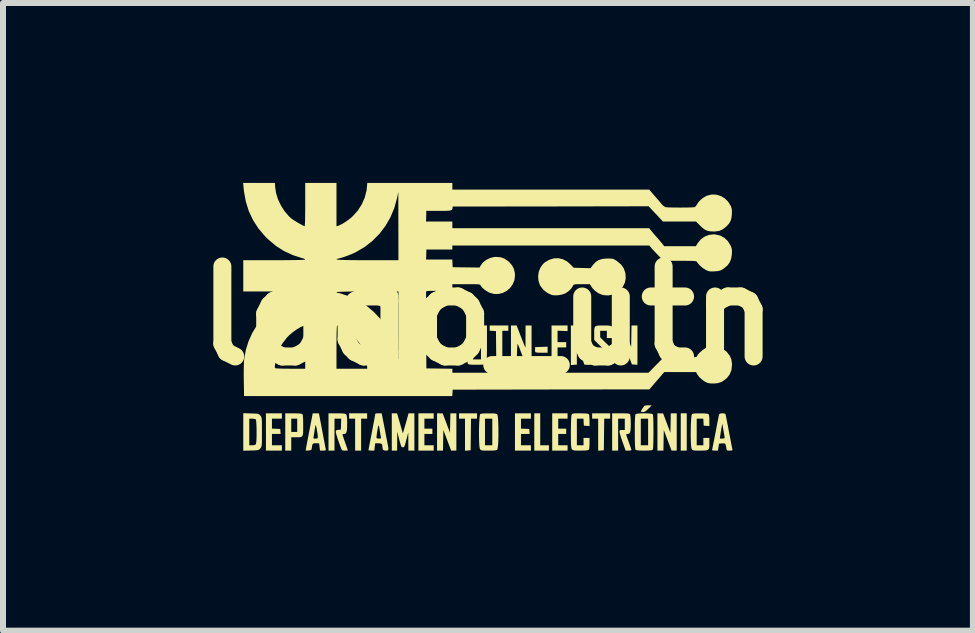
<source format=kicad_pcb>
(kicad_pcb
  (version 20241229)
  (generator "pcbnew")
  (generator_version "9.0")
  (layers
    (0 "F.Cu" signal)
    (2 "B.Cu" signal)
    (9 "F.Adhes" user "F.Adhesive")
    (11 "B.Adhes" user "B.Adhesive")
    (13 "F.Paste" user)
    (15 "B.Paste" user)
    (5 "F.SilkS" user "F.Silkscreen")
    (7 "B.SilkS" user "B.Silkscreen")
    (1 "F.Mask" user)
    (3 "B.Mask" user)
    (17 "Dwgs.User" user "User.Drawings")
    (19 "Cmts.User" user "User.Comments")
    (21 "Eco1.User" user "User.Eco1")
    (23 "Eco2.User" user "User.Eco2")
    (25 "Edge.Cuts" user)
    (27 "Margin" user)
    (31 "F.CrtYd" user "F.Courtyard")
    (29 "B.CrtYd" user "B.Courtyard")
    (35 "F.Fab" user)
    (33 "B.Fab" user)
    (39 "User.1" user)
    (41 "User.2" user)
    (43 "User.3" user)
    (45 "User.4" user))
  (footprint "logo_utn"
    (layer "F.Cu")
    (at 5.086 2.215)
    (property "Reference" "logo_utn" (at 0 0 0) (layer "F.SilkS") (effects (font (size 1.5 1.5) (thickness 0.3))))
    (attr board_only exclude_from_pos_files exclude_from_bom)
    (fp_poly (pts (xy 3.314 1.937) (xy 3.314 2.248) (xy 3.264 2.248) (xy 3.214 2.248) (xy 3.214 1.937) (xy 3.214 1.626) (xy 3.264 1.626) (xy 3.314 1.626)) (stroke (width 0) (type solid)) (fill yes) (layer "F.SilkS"))
    (fp_poly (pts (xy 0.871 1.893) (xy 0.871 2.159) (xy 0.944 2.159) (xy 1.016 2.159) (xy 1.016 2.204) (xy 1.016 2.248) (xy 0.894 2.248) (xy 0.772 2.248) (xy 0.772 1.937) (xy 0.772 1.626) (xy 0.822 1.626) (xy 0.871 1.626)) (stroke (width 0) (type solid)) (fill yes) (layer "F.SilkS"))
    (fp_poly (pts (xy 0.994 0.566) (xy 0.994 0.616) (xy 0.893 0.616) (xy 0.842 0.615) (xy 0.81 0.612) (xy 0.792 0.606) (xy 0.787 0.6) (xy 0.784 0.578) (xy 0.785 0.553) (xy 0.788 0.522) (xy 0.891 0.519) (xy 0.994 0.515)) (stroke (width 0) (type solid)) (fill yes) (layer "F.SilkS"))
    (fp_poly (pts (xy -2.015 1.671) (xy -2.015 1.715) (xy -2.065 1.715) (xy -2.115 1.715) (xy -2.115 1.982) (xy -2.115 2.248) (xy -2.165 2.248) (xy -2.215 2.248) (xy -2.215 1.982) (xy -2.215 1.715) (xy -2.265 1.715) (xy -2.315 1.715) (xy -2.315 1.671) (xy -2.315 1.626) (xy -2.165 1.626) (xy -2.015 1.626)) (stroke (width 0) (type solid)) (fill yes) (layer "F.SilkS"))
    (fp_poly (pts (xy -0.183 1.671) (xy -0.183 1.715) (xy -0.233 1.715) (xy -0.283 1.715) (xy -0.286 1.979) (xy -0.289 2.242) (xy -0.336 2.246) (xy -0.383 2.249) (xy -0.383 1.982) (xy -0.383 1.715) (xy -0.433 1.715) (xy -0.483 1.715) (xy -0.483 1.671) (xy -0.483 1.626) (xy -0.333 1.626) (xy -0.183 1.626)) (stroke (width 0) (type solid)) (fill yes) (layer "F.SilkS"))
    (fp_poly (pts (xy 0.339 0.205) (xy 0.339 0.25) (xy 0.289 0.25) (xy 0.239 0.25) (xy 0.239 0.532) (xy 0.239 0.814) (xy 0.189 0.818) (xy 0.139 0.822) (xy 0.136 0.538) (xy 0.133 0.255) (xy 0.08 0.252) (xy 0.028 0.249) (xy 0.028 0.205) (xy 0.028 0.161) (xy 0.183 0.161) (xy 0.339 0.161)) (stroke (width 0) (type solid)) (fill yes) (layer "F.SilkS"))
    (fp_poly (pts (xy 2.037 1.671) (xy 2.037 1.715) (xy 1.987 1.715) (xy 1.938 1.715) (xy 1.935 1.979) (xy 1.932 2.242) (xy 1.884 2.246) (xy 1.837 2.249) (xy 1.837 1.982) (xy 1.837 1.715) (xy 1.787 1.715) (xy 1.737 1.715) (xy 1.737 1.671) (xy 1.737 1.626) (xy 1.887 1.626) (xy 2.037 1.626)) (stroke (width 0) (type solid)) (fill yes) (layer "F.SilkS"))
    (fp_poly (pts (xy 2.675 1.549) (xy 2.642 1.58) (xy 2.617 1.597) (xy 2.593 1.604) (xy 2.584 1.604) (xy 2.56 1.602) (xy 2.548 1.598) (xy 2.548 1.597) (xy 2.553 1.584) (xy 2.567 1.56) (xy 2.578 1.542) (xy 2.597 1.514) (xy 2.613 1.499) (xy 2.635 1.494) (xy 2.669 1.493) (xy 2.73 1.493)) (stroke (width 0) (type solid)) (fill yes) (layer "F.SilkS"))
    (fp_poly (pts (xy -0.527 1.937) (xy -0.527 2.248) (xy -0.57 2.248) (xy -0.614 2.248) (xy -0.679 2.076) (xy -0.744 1.904) (xy -0.747 2.076) (xy -0.75 2.248) (xy -0.8 2.248) (xy -0.849 2.248) (xy -0.849 1.937) (xy -0.849 1.626) (xy -0.802 1.627) (xy -0.755 1.627) (xy -0.694 1.789) (xy -0.633 1.951) (xy -0.63 1.789) (xy -0.627 1.626) (xy -0.577 1.626) (xy -0.527 1.626)) (stroke (width 0) (type solid)) (fill yes) (layer "F.SilkS"))
    (fp_poly (pts (xy 1.327 0.208) (xy 1.327 0.255) (xy 1.243 0.252) (xy 1.16 0.248) (xy 1.16 0.343) (xy 1.16 0.439) (xy 1.232 0.439) (xy 1.304 0.439) (xy 1.304 0.483) (xy 1.304 0.527) (xy 1.232 0.527) (xy 1.16 0.527) (xy 1.16 0.671) (xy 1.16 0.814) (xy 1.11 0.818) (xy 1.06 0.822) (xy 1.06 0.491) (xy 1.06 0.161) (xy 1.193 0.161) (xy 1.327 0.161)) (stroke (width 0) (type solid)) (fill yes) (layer "F.SilkS"))
    (fp_poly (pts (xy 2.206 0.163) (xy 2.252 0.167) (xy 2.319 0.343) (xy 2.387 0.519) (xy 2.39 0.34) (xy 2.393 0.161) (xy 2.443 0.161) (xy 2.492 0.161) (xy 2.492 0.489) (xy 2.492 0.817) (xy 2.446 0.814) (xy 2.4 0.81) (xy 2.33 0.627) (xy 2.26 0.444) (xy 2.26 0.63) (xy 2.259 0.816) (xy 2.209 0.816) (xy 2.159 0.816) (xy 2.159 0.488) (xy 2.159 0.16)) (stroke (width 0) (type solid)) (fill yes) (layer "F.SilkS"))
    (fp_poly (pts (xy 3.147 1.937) (xy 3.147 2.248) (xy 3.104 2.248) (xy 3.061 2.248) (xy 2.996 2.076) (xy 2.931 1.904) (xy 2.928 2.076) (xy 2.925 2.248) (xy 2.875 2.248) (xy 2.825 2.248) (xy 2.825 1.937) (xy 2.825 1.626) (xy 2.872 1.627) (xy 2.92 1.627) (xy 2.981 1.789) (xy 3.042 1.951) (xy 3.045 1.789) (xy 3.048 1.626) (xy 3.098 1.626) (xy 3.147 1.626)) (stroke (width 0) (type solid)) (fill yes) (layer "F.SilkS"))
    (fp_poly (pts (xy -3.436 1.671) (xy -3.436 1.715) (xy -3.519 1.715) (xy -3.602 1.715) (xy -3.602 1.798) (xy -3.602 1.881) (xy -3.533 1.884) (xy -3.464 1.887) (xy -3.46 1.929) (xy -3.457 1.97) (xy -3.53 1.97) (xy -3.602 1.97) (xy -3.602 2.065) (xy -3.602 2.159) (xy -3.519 2.159) (xy -3.436 2.159) (xy -3.436 2.204) (xy -3.436 2.248) (xy -3.569 2.248) (xy -3.702 2.248) (xy -3.702 1.937) (xy -3.702 1.626) (xy -3.569 1.626) (xy -3.436 1.626)) (stroke (width 0) (type solid)) (fill yes) (layer "F.SilkS"))
    (fp_poly (pts (xy -0.905 1.671) (xy -0.905 1.715) (xy -0.982 1.715) (xy -1.06 1.715) (xy -1.06 1.798) (xy -1.06 1.882) (xy -0.994 1.882) (xy -0.927 1.882) (xy -0.927 1.926) (xy -0.927 1.97) (xy -0.994 1.97) (xy -1.06 1.97) (xy -1.06 2.065) (xy -1.06 2.159) (xy -0.982 2.159) (xy -0.905 2.159) (xy -0.905 2.204) (xy -0.905 2.248) (xy -1.032 2.248) (xy -1.16 2.248) (xy -1.16 1.937) (xy -1.16 1.626) (xy -1.032 1.626) (xy -0.905 1.626)) (stroke (width 0) (type solid)) (fill yes) (layer "F.SilkS"))
    (fp_poly (pts (xy 0.716 1.671) (xy 0.716 1.715) (xy 0.633 1.715) (xy 0.55 1.715) (xy 0.55 1.798) (xy 0.55 1.881) (xy 0.619 1.884) (xy 0.688 1.887) (xy 0.692 1.929) (xy 0.695 1.97) (xy 0.622 1.97) (xy 0.55 1.97) (xy 0.55 2.065) (xy 0.55 2.159) (xy 0.633 2.159) (xy 0.716 2.159) (xy 0.716 2.204) (xy 0.716 2.248) (xy 0.583 2.248) (xy 0.45 2.248) (xy 0.45 1.937) (xy 0.45 1.626) (xy 0.583 1.626) (xy 0.716 1.626)) (stroke (width 0) (type solid)) (fill yes) (layer "F.SilkS"))
    (fp_poly (pts (xy 1.327 1.671) (xy 1.327 1.715) (xy 1.249 1.715) (xy 1.171 1.715) (xy 1.171 1.798) (xy 1.171 1.882) (xy 1.238 1.882) (xy 1.304 1.882) (xy 1.304 1.926) (xy 1.304 1.97) (xy 1.238 1.97) (xy 1.171 1.97) (xy 1.171 2.065) (xy 1.171 2.159) (xy 1.249 2.159) (xy 1.327 2.159) (xy 1.327 2.204) (xy 1.327 2.248) (xy 1.199 2.248) (xy 1.071 2.248) (xy 1.071 1.937) (xy 1.071 1.626) (xy 1.199 1.626) (xy 1.327 1.626)) (stroke (width 0) (type solid)) (fill yes) (layer "F.SilkS"))
    (fp_poly (pts (xy -3.174 1.628) (xy -3.125 1.631) (xy -3.098 1.637) (xy -3.094 1.64) (xy -3.088 1.655) (xy -3.084 1.689) (xy -3.082 1.742) (xy -3.081 1.815) (xy -3.081 1.828) (xy -3.081 1.899) (xy -3.082 1.95) (xy -3.087 1.985) (xy -3.097 2.008) (xy -3.114 2.02) (xy -3.14 2.025) (xy -3.176 2.026) (xy -3.202 2.026) (xy -3.28 2.026) (xy -3.28 2.137) (xy -3.28 2.248) (xy -3.33 2.248) (xy -3.38 2.248) (xy -3.38 1.937) (xy -3.38 1.826) (xy -3.28 1.826) (xy -3.28 1.937) (xy -3.231 1.937) (xy -3.181 1.937) (xy -3.181 1.826) (xy -3.181 1.715) (xy -3.231 1.715) (xy -3.28 1.715) (xy -3.28 1.826) (xy -3.38 1.826) (xy -3.38 1.626) (xy -3.244 1.626)) (stroke (width 0) (type solid)) (fill yes) (layer "F.SilkS"))
    (fp_poly (pts (xy -0.25 0.444) (xy -0.25 0.727) (xy -0.183 0.727) (xy -0.117 0.727) (xy -0.117 0.444) (xy -0.117 0.161) (xy -0.067 0.161) (xy -0.017 0.161) (xy -0.017 0.467) (xy -0.017 0.564) (xy -0.018 0.646) (xy -0.02 0.712) (xy -0.023 0.76) (xy -0.026 0.788) (xy -0.028 0.794) (xy -0.035 0.803) (xy -0.046 0.809) (xy -0.065 0.813) (xy -0.097 0.815) (xy -0.144 0.816) (xy -0.183 0.816) (xy -0.243 0.816) (xy -0.283 0.815) (xy -0.31 0.812) (xy -0.326 0.807) (xy -0.335 0.8) (xy -0.338 0.794) (xy -0.342 0.776) (xy -0.345 0.738) (xy -0.347 0.68) (xy -0.349 0.606) (xy -0.35 0.515) (xy -0.35 0.467) (xy -0.35 0.161) (xy -0.3 0.161) (xy -0.25 0.161)) (stroke (width 0) (type solid)) (fill yes) (layer "F.SilkS"))
    (fp_poly (pts (xy 0.727 0.488) (xy 0.727 0.816) (xy 0.679 0.816) (xy 0.631 0.816) (xy 0.566 0.647) (xy 0.544 0.589) (xy 0.525 0.538) (xy 0.509 0.498) (xy 0.498 0.473) (xy 0.495 0.466) (xy 0.493 0.473) (xy 0.49 0.498) (xy 0.487 0.539) (xy 0.485 0.592) (xy 0.483 0.638) (xy 0.477 0.822) (xy 0.43 0.818) (xy 0.383 0.815) (xy 0.383 0.488) (xy 0.383 0.161) (xy 0.43 0.161) (xy 0.477 0.161) (xy 0.548 0.344) (xy 0.577 0.417) (xy 0.598 0.47) (xy 0.613 0.505) (xy 0.622 0.523) (xy 0.627 0.526) (xy 0.627 0.515) (xy 0.626 0.513) (xy 0.626 0.498) (xy 0.626 0.464) (xy 0.625 0.417) (xy 0.626 0.361) (xy 0.626 0.33) (xy 0.627 0.161) (xy 0.677 0.161) (xy 0.727 0.161)) (stroke (width 0) (type solid)) (fill yes) (layer "F.SilkS"))
    (fp_poly (pts (xy -1.494 1.701) (xy -1.48 1.75) (xy -1.463 1.808) (xy -1.447 1.864) (xy -1.446 1.868) (xy -1.42 1.961) (xy -1.402 1.902) (xy -1.391 1.864) (xy -1.376 1.814) (xy -1.361 1.759) (xy -1.354 1.735) (xy -1.324 1.626) (xy -1.275 1.626) (xy -1.227 1.626) (xy -1.227 1.937) (xy -1.227 2.248) (xy -1.277 2.248) (xy -1.327 2.248) (xy -1.328 2.095) (xy -1.329 1.943) (xy -1.35 2.026) (xy -1.363 2.073) (xy -1.374 2.117) (xy -1.383 2.15) (xy -1.383 2.151) (xy -1.394 2.179) (xy -1.408 2.191) (xy -1.42 2.193) (xy -1.432 2.191) (xy -1.441 2.184) (xy -1.449 2.167) (xy -1.459 2.138) (xy -1.472 2.093) (xy -1.48 2.062) (xy -1.513 1.932) (xy -1.514 2.09) (xy -1.515 2.248) (xy -1.56 2.248) (xy -1.604 2.248) (xy -1.604 1.937) (xy -1.604 1.626) (xy -1.56 1.626) (xy -1.516 1.626)) (stroke (width 0) (type solid)) (fill yes) (layer "F.SilkS"))
    (fp_poly (pts (xy 2.656 1.627) (xy 2.699 1.63) (xy 2.731 1.634) (xy 2.745 1.64) (xy 2.75 1.651) (xy 2.753 1.677) (xy 2.756 1.72) (xy 2.758 1.779) (xy 2.758 1.858) (xy 2.759 1.937) (xy 2.758 2.033) (xy 2.757 2.108) (xy 2.755 2.164) (xy 2.753 2.203) (xy 2.749 2.226) (xy 2.745 2.235) (xy 2.726 2.242) (xy 2.685 2.246) (xy 2.623 2.248) (xy 2.603 2.248) (xy 2.535 2.247) (xy 2.489 2.243) (xy 2.464 2.237) (xy 2.461 2.235) (xy 2.457 2.223) (xy 2.453 2.197) (xy 2.451 2.155) (xy 2.449 2.095) (xy 2.448 2.016) (xy 2.448 1.937) (xy 2.548 1.937) (xy 2.548 2.159) (xy 2.609 2.159) (xy 2.67 2.159) (xy 2.67 1.937) (xy 2.67 1.715) (xy 2.609 1.715) (xy 2.548 1.715) (xy 2.548 1.937) (xy 2.448 1.937) (xy 2.448 1.841) (xy 2.449 1.766) (xy 2.451 1.71) (xy 2.454 1.671) (xy 2.458 1.648) (xy 2.461 1.64) (xy 2.478 1.634) (xy 2.512 1.629) (xy 2.556 1.627) (xy 2.606 1.626)) (stroke (width 0) (type solid)) (fill yes) (layer "F.SilkS"))
    (fp_poly (pts (xy 2.274 1.627) (xy 2.315 1.628) (xy 2.341 1.63) (xy 2.357 1.635) (xy 2.366 1.642) (xy 2.37 1.648) (xy 2.374 1.667) (xy 2.378 1.703) (xy 2.38 1.751) (xy 2.381 1.802) (xy 2.38 1.868) (xy 2.376 1.914) (xy 2.369 1.945) (xy 2.357 1.962) (xy 2.338 1.97) (xy 2.325 1.97) (xy 2.307 1.975) (xy 2.304 1.98) (xy 2.307 1.994) (xy 2.317 2.024) (xy 2.332 2.065) (xy 2.348 2.109) (xy 2.366 2.158) (xy 2.38 2.198) (xy 2.389 2.227) (xy 2.392 2.238) (xy 2.382 2.244) (xy 2.357 2.248) (xy 2.344 2.248) (xy 2.295 2.248) (xy 2.244 2.105) (xy 2.225 2.05) (xy 2.209 2) (xy 2.198 1.961) (xy 2.193 1.936) (xy 2.193 1.933) (xy 2.195 1.914) (xy 2.206 1.906) (xy 2.231 1.904) (xy 2.237 1.904) (xy 2.281 1.904) (xy 2.281 1.81) (xy 2.281 1.715) (xy 2.226 1.715) (xy 2.17 1.715) (xy 2.17 1.982) (xy 2.17 2.248) (xy 2.12 2.248) (xy 2.07 2.248) (xy 2.07 1.937) (xy 2.07 1.626) (xy 2.214 1.626)) (stroke (width 0) (type solid)) (fill yes) (layer "F.SilkS"))
    (fp_poly (pts (xy 3.599 1.628) (xy 3.64 1.631) (xy 3.669 1.636) (xy 3.678 1.64) (xy 3.685 1.658) (xy 3.69 1.696) (xy 3.691 1.746) (xy 3.691 1.839) (xy 3.644 1.835) (xy 3.597 1.832) (xy 3.593 1.773) (xy 3.59 1.715) (xy 3.535 1.715) (xy 3.48 1.715) (xy 3.48 1.937) (xy 3.48 2.159) (xy 3.536 2.159) (xy 3.591 2.159) (xy 3.591 2.098) (xy 3.591 2.037) (xy 3.641 2.037) (xy 3.691 2.037) (xy 3.691 2.131) (xy 3.691 2.177) (xy 3.686 2.209) (xy 3.675 2.229) (xy 3.654 2.241) (xy 3.619 2.246) (xy 3.567 2.248) (xy 3.531 2.248) (xy 3.479 2.248) (xy 3.444 2.246) (xy 3.422 2.243) (xy 3.409 2.236) (xy 3.4 2.226) (xy 3.397 2.221) (xy 3.391 2.202) (xy 3.386 2.164) (xy 3.383 2.113) (xy 3.381 2.052) (xy 3.38 1.984) (xy 3.381 1.913) (xy 3.382 1.843) (xy 3.384 1.778) (xy 3.388 1.721) (xy 3.392 1.676) (xy 3.398 1.647) (xy 3.403 1.637) (xy 3.422 1.632) (xy 3.457 1.628) (xy 3.502 1.627) (xy 3.551 1.627)) (stroke (width 0) (type solid)) (fill yes) (layer "F.SilkS"))
    (fp_poly (pts (xy -2.46 1.627) (xy -2.417 1.629) (xy -2.389 1.633) (xy -2.372 1.639) (xy -2.365 1.644) (xy -2.358 1.656) (xy -2.353 1.676) (xy -2.35 1.709) (xy -2.348 1.758) (xy -2.348 1.798) (xy -2.349 1.865) (xy -2.352 1.912) (xy -2.36 1.943) (xy -2.371 1.961) (xy -2.389 1.969) (xy -2.404 1.97) (xy -2.422 1.975) (xy -2.426 1.981) (xy -2.422 1.995) (xy -2.412 2.025) (xy -2.398 2.067) (xy -2.381 2.115) (xy -2.364 2.163) (xy -2.35 2.204) (xy -2.34 2.232) (xy -2.337 2.243) (xy -2.347 2.246) (xy -2.372 2.248) (xy -2.386 2.248) (xy -2.417 2.247) (xy -2.434 2.239) (xy -2.445 2.219) (xy -2.452 2.201) (xy -2.487 2.106) (xy -2.512 2.032) (xy -2.528 1.978) (xy -2.536 1.943) (xy -2.537 1.935) (xy -2.534 1.915) (xy -2.522 1.906) (xy -2.495 1.902) (xy -2.453 1.898) (xy -2.45 1.807) (xy -2.447 1.715) (xy -2.503 1.715) (xy -2.559 1.715) (xy -2.559 1.982) (xy -2.559 2.248) (xy -2.609 2.248) (xy -2.659 2.248) (xy -2.659 1.937) (xy -2.659 1.626) (xy -2.521 1.626)) (stroke (width 0) (type solid)) (fill yes) (layer "F.SilkS"))
    (fp_poly (pts (xy 1.591 0.161) (xy 1.638 0.164) (xy 1.67 0.172) (xy 1.689 0.19) (xy 1.7 0.219) (xy 1.703 0.263) (xy 1.704 0.326) (xy 1.704 0.347) (xy 1.704 0.405) (xy 1.702 0.445) (xy 1.699 0.472) (xy 1.694 0.489) (xy 1.685 0.502) (xy 1.682 0.505) (xy 1.658 0.522) (xy 1.637 0.527) (xy 1.619 0.529) (xy 1.615 0.532) (xy 1.619 0.544) (xy 1.629 0.572) (xy 1.644 0.613) (xy 1.662 0.663) (xy 1.665 0.673) (xy 1.684 0.724) (xy 1.699 0.767) (xy 1.71 0.799) (xy 1.715 0.814) (xy 1.715 0.815) (xy 1.705 0.818) (xy 1.68 0.819) (xy 1.661 0.818) (xy 1.607 0.814) (xy 1.555 0.668) (xy 1.537 0.611) (xy 1.521 0.559) (xy 1.51 0.517) (xy 1.504 0.489) (xy 1.504 0.486) (xy 1.506 0.463) (xy 1.515 0.452) (xy 1.537 0.45) (xy 1.549 0.45) (xy 1.593 0.45) (xy 1.593 0.35) (xy 1.593 0.25) (xy 1.538 0.25) (xy 1.482 0.25) (xy 1.482 0.532) (xy 1.482 0.814) (xy 1.432 0.818) (xy 1.382 0.822) (xy 1.382 0.491) (xy 1.382 0.161) (xy 1.526 0.161)) (stroke (width 0) (type solid)) (fill yes) (layer "F.SilkS"))
    (fp_poly (pts (xy 1.991 0.162) (xy 2.034 0.166) (xy 2.062 0.175) (xy 2.078 0.194) (xy 2.086 0.223) (xy 2.09 0.266) (xy 2.091 0.282) (xy 2.095 0.372) (xy 2.038 0.372) (xy 1.982 0.372) (xy 1.982 0.311) (xy 1.982 0.25) (xy 1.926 0.25) (xy 1.871 0.25) (xy 1.871 0.305) (xy 1.871 0.36) (xy 1.983 0.47) (xy 2.095 0.58) (xy 2.091 0.687) (xy 2.088 0.742) (xy 2.083 0.778) (xy 2.077 0.798) (xy 2.07 0.805) (xy 2.051 0.81) (xy 2.016 0.814) (xy 1.971 0.816) (xy 1.921 0.816) (xy 1.871 0.815) (xy 1.828 0.812) (xy 1.797 0.807) (xy 1.784 0.803) (xy 1.777 0.784) (xy 1.772 0.746) (xy 1.771 0.692) (xy 1.771 0.692) (xy 1.771 0.594) (xy 1.821 0.594) (xy 1.871 0.594) (xy 1.871 0.661) (xy 1.871 0.727) (xy 1.926 0.727) (xy 1.982 0.727) (xy 1.982 0.668) (xy 1.982 0.609) (xy 1.876 0.506) (xy 1.771 0.404) (xy 1.771 0.294) (xy 1.771 0.242) (xy 1.775 0.205) (xy 1.785 0.182) (xy 1.805 0.169) (xy 1.838 0.163) (xy 1.889 0.161) (xy 1.929 0.161)) (stroke (width 0) (type solid)) (fill yes) (layer "F.SilkS"))
    (fp_poly (pts (xy 0.071 1.627) (xy 0.111 1.629) (xy 0.136 1.634) (xy 0.151 1.641) (xy 0.155 1.644) (xy 0.161 1.661) (xy 0.166 1.696) (xy 0.17 1.747) (xy 0.172 1.808) (xy 0.174 1.876) (xy 0.174 1.947) (xy 0.174 2.018) (xy 0.172 2.084) (xy 0.169 2.143) (xy 0.164 2.189) (xy 0.159 2.22) (xy 0.155 2.231) (xy 0.142 2.239) (xy 0.12 2.244) (xy 0.086 2.247) (xy 0.034 2.248) (xy 0.011 2.248) (xy -0.044 2.248) (xy -0.081 2.247) (xy -0.105 2.243) (xy -0.119 2.238) (xy -0.128 2.229) (xy -0.134 2.221) (xy -0.139 2.202) (xy -0.144 2.164) (xy -0.147 2.113) (xy -0.149 2.052) (xy -0.15 1.984) (xy -0.15 1.937) (xy -0.05 1.937) (xy -0.05 2.159) (xy 0.011 2.159) (xy 0.072 2.159) (xy 0.072 1.937) (xy 0.072 1.715) (xy 0.011 1.715) (xy -0.05 1.715) (xy -0.05 1.937) (xy -0.15 1.937) (xy -0.15 1.913) (xy -0.148 1.843) (xy -0.146 1.778) (xy -0.142 1.721) (xy -0.138 1.676) (xy -0.133 1.647) (xy -0.128 1.637) (xy -0.11 1.633) (xy -0.076 1.629) (xy -0.03 1.627) (xy 0.013 1.627)) (stroke (width 0) (type solid)) (fill yes) (layer "F.SilkS"))
    (fp_poly (pts (xy 1.604 1.628) (xy 1.651 1.631) (xy 1.677 1.637) (xy 1.68 1.64) (xy 1.687 1.658) (xy 1.691 1.696) (xy 1.693 1.746) (xy 1.693 1.839) (xy 1.646 1.835) (xy 1.599 1.832) (xy 1.595 1.773) (xy 1.592 1.715) (xy 1.537 1.715) (xy 1.482 1.715) (xy 1.482 1.937) (xy 1.482 2.159) (xy 1.538 2.159) (xy 1.593 2.159) (xy 1.593 2.098) (xy 1.593 2.037) (xy 1.643 2.037) (xy 1.693 2.037) (xy 1.693 2.129) (xy 1.691 2.181) (xy 1.687 2.217) (xy 1.68 2.235) (xy 1.661 2.242) (xy 1.62 2.246) (xy 1.558 2.248) (xy 1.542 2.248) (xy 1.487 2.248) (xy 1.45 2.246) (xy 1.427 2.243) (xy 1.412 2.237) (xy 1.403 2.228) (xy 1.399 2.223) (xy 1.394 2.212) (xy 1.389 2.195) (xy 1.386 2.168) (xy 1.384 2.13) (xy 1.383 2.077) (xy 1.382 2.007) (xy 1.382 1.941) (xy 1.383 1.866) (xy 1.384 1.797) (xy 1.386 1.738) (xy 1.388 1.692) (xy 1.391 1.662) (xy 1.393 1.655) (xy 1.398 1.643) (xy 1.406 1.635) (xy 1.42 1.63) (xy 1.444 1.627) (xy 1.483 1.626) (xy 1.535 1.626)) (stroke (width 0) (type solid)) (fill yes) (layer "F.SilkS"))
    (fp_poly (pts (xy -3.951 1.628) (xy -3.896 1.63) (xy -3.858 1.632) (xy -3.833 1.636) (xy -3.817 1.643) (xy -3.805 1.653) (xy -3.796 1.663) (xy -3.787 1.674) (xy -3.78 1.685) (xy -3.776 1.7) (xy -3.772 1.721) (xy -3.77 1.752) (xy -3.769 1.796) (xy -3.769 1.856) (xy -3.769 1.935) (xy -3.769 1.937) (xy -3.769 2.017) (xy -3.769 2.077) (xy -3.77 2.121) (xy -3.772 2.153) (xy -3.776 2.174) (xy -3.78 2.189) (xy -3.787 2.2) (xy -3.795 2.211) (xy -3.796 2.211) (xy -3.808 2.225) (xy -3.821 2.234) (xy -3.839 2.239) (xy -3.867 2.243) (xy -3.909 2.245) (xy -3.951 2.246) (xy -4.08 2.25) (xy -4.08 1.937) (xy -3.98 1.937) (xy -3.98 2.159) (xy -3.93 2.159) (xy -3.895 2.156) (xy -3.876 2.146) (xy -3.869 2.138) (xy -3.865 2.118) (xy -3.861 2.082) (xy -3.859 2.033) (xy -3.858 1.977) (xy -3.858 1.917) (xy -3.859 1.859) (xy -3.861 1.806) (xy -3.864 1.764) (xy -3.868 1.736) (xy -3.871 1.728) (xy -3.89 1.72) (xy -3.921 1.716) (xy -3.932 1.715) (xy -3.98 1.715) (xy -3.98 1.937) (xy -4.08 1.937) (xy -4.08 1.624)) (stroke (width 0) (type solid)) (fill yes) (layer "F.SilkS"))
    (fp_poly (pts (xy -2.765 1.907) (xy -2.751 1.984) (xy -2.737 2.056) (xy -2.725 2.119) (xy -2.716 2.169) (xy -2.709 2.203) (xy -2.706 2.218) (xy -2.704 2.236) (xy -2.71 2.245) (xy -2.73 2.248) (xy -2.75 2.248) (xy -2.801 2.248) (xy -2.808 2.187) (xy -2.816 2.126) (xy -2.87 2.126) (xy -2.897 2.126) (xy -2.914 2.13) (xy -2.925 2.142) (xy -2.932 2.166) (xy -2.938 2.207) (xy -2.94 2.226) (xy -2.952 2.239) (xy -2.984 2.245) (xy -2.991 2.246) (xy -3.039 2.249) (xy -3.032 2.202) (xy -3.028 2.177) (xy -3.02 2.135) (xy -3.009 2.078) (xy -3 2.029) (xy -2.91 2.029) (xy -2.91 2.042) (xy -2.896 2.047) (xy -2.876 2.048) (xy -2.85 2.046) (xy -2.839 2.038) (xy -2.837 2.018) (xy -2.839 1.992) (xy -2.844 1.955) (xy -2.851 1.913) (xy -2.858 1.873) (xy -2.865 1.841) (xy -2.871 1.822) (xy -2.872 1.82) (xy -2.876 1.828) (xy -2.881 1.853) (xy -2.888 1.891) (xy -2.891 1.912) (xy -2.898 1.958) (xy -2.904 1.998) (xy -2.909 2.024) (xy -2.91 2.029) (xy -3 2.029) (xy -2.996 2.011) (xy -2.982 1.936) (xy -2.973 1.89) (xy -2.922 1.626) (xy -2.87 1.626) (xy -2.819 1.626)) (stroke (width 0) (type solid)) (fill yes) (layer "F.SilkS"))
    (fp_poly (pts (xy 1.25 -0.942) (xy 1.322 -0.904) (xy 1.369 -0.862) (xy 1.429 -0.801) (xy 1.569 -0.797) (xy 1.71 -0.793) (xy 1.75 -0.847) (xy 1.795 -0.896) (xy 1.846 -0.929) (xy 1.907 -0.948) (xy 1.983 -0.955) (xy 1.993 -0.955) (xy 2.04 -0.954) (xy 2.072 -0.951) (xy 2.098 -0.944) (xy 2.124 -0.929) (xy 2.153 -0.91) (xy 2.218 -0.856) (xy 2.264 -0.791) (xy 2.29 -0.715) (xy 2.292 -0.705) (xy 2.297 -0.626) (xy 2.282 -0.552) (xy 2.25 -0.486) (xy 2.204 -0.429) (xy 2.146 -0.384) (xy 2.079 -0.353) (xy 2.006 -0.339) (xy 1.928 -0.344) (xy 1.904 -0.35) (xy 1.843 -0.375) (xy 1.786 -0.415) (xy 1.74 -0.462) (xy 1.731 -0.476) (xy 1.699 -0.527) (xy 1.564 -0.527) (xy 1.508 -0.527) (xy 1.469 -0.526) (xy 1.445 -0.523) (xy 1.431 -0.519) (xy 1.423 -0.511) (xy 1.418 -0.501) (xy 1.388 -0.454) (xy 1.343 -0.409) (xy 1.29 -0.374) (xy 1.286 -0.372) (xy 1.238 -0.355) (xy 1.181 -0.344) (xy 1.123 -0.34) (xy 1.073 -0.345) (xy 1.06 -0.348) (xy 0.989 -0.382) (xy 0.927 -0.43) (xy 0.879 -0.49) (xy 0.865 -0.514) (xy 0.842 -0.585) (xy 0.836 -0.66) (xy 0.847 -0.735) (xy 0.874 -0.803) (xy 0.916 -0.862) (xy 0.944 -0.888) (xy 1.019 -0.933) (xy 1.097 -0.957) (xy 1.175 -0.96)) (stroke (width 0) (type solid)) (fill yes) (layer "F.SilkS"))
    (fp_poly (pts (xy 3.941 1.629) (xy 3.958 1.638) (xy 3.962 1.646) (xy 3.965 1.662) (xy 3.972 1.696) (xy 3.982 1.746) (xy 3.994 1.808) (xy 4.008 1.88) (xy 4.018 1.937) (xy 4.033 2.013) (xy 4.046 2.082) (xy 4.058 2.142) (xy 4.067 2.188) (xy 4.073 2.218) (xy 4.075 2.229) (xy 4.076 2.241) (xy 4.064 2.246) (xy 4.036 2.248) (xy 4.031 2.248) (xy 4 2.247) (xy 3.984 2.241) (xy 3.977 2.224) (xy 3.974 2.206) (xy 3.966 2.165) (xy 3.959 2.141) (xy 3.947 2.129) (xy 3.927 2.127) (xy 3.904 2.128) (xy 3.852 2.131) (xy 3.843 2.19) (xy 3.834 2.248) (xy 3.784 2.248) (xy 3.753 2.247) (xy 3.739 2.242) (xy 3.738 2.231) (xy 3.739 2.223) (xy 3.743 2.205) (xy 3.75 2.169) (xy 3.76 2.118) (xy 3.773 2.055) (xy 3.774 2.048) (xy 3.866 2.048) (xy 3.906 2.048) (xy 3.935 2.045) (xy 3.946 2.035) (xy 3.946 2.034) (xy 3.944 2.018) (xy 3.939 1.985) (xy 3.931 1.941) (xy 3.926 1.909) (xy 3.906 1.798) (xy 3.893 1.871) (xy 3.885 1.919) (xy 3.877 1.967) (xy 3.873 1.995) (xy 3.866 2.048) (xy 3.774 2.048) (xy 3.787 1.984) (xy 3.797 1.932) (xy 3.811 1.857) (xy 3.824 1.788) (xy 3.836 1.73) (xy 3.845 1.684) (xy 3.851 1.655) (xy 3.854 1.646) (xy 3.864 1.633) (xy 3.888 1.627) (xy 3.908 1.626)) (stroke (width 0) (type solid)) (fill yes) (layer "F.SilkS"))
    (fp_poly (pts (xy -1.761 1.685) (xy -1.754 1.718) (xy -1.745 1.767) (xy -1.733 1.825) (xy -1.722 1.886) (xy -1.72 1.893) (xy -1.708 1.957) (xy -1.696 2.021) (xy -1.684 2.078) (xy -1.676 2.121) (xy -1.676 2.123) (xy -1.665 2.176) (xy -1.66 2.212) (xy -1.662 2.233) (xy -1.67 2.244) (xy -1.686 2.248) (xy -1.703 2.248) (xy -1.736 2.244) (xy -1.753 2.228) (xy -1.759 2.197) (xy -1.76 2.187) (xy -1.763 2.153) (xy -1.776 2.134) (xy -1.803 2.127) (xy -1.827 2.126) (xy -1.88 2.126) (xy -1.888 2.187) (xy -1.895 2.248) (xy -1.944 2.248) (xy -1.973 2.246) (xy -1.991 2.242) (xy -1.993 2.24) (xy -1.99 2.227) (xy -1.985 2.195) (xy -1.976 2.148) (xy -1.964 2.088) (xy -1.953 2.032) (xy -1.859 2.032) (xy -1.851 2.044) (xy -1.823 2.048) (xy -1.819 2.048) (xy -1.793 2.047) (xy -1.784 2.039) (xy -1.785 2.023) (xy -1.79 2.001) (xy -1.796 1.963) (xy -1.803 1.918) (xy -1.805 1.906) (xy -1.812 1.866) (xy -1.819 1.839) (xy -1.825 1.827) (xy -1.827 1.828) (xy -1.832 1.845) (xy -1.838 1.877) (xy -1.845 1.918) (xy -1.852 1.961) (xy -1.857 2) (xy -1.859 2.028) (xy -1.859 2.032) (xy -1.953 2.032) (xy -1.95 2.018) (xy -1.937 1.949) (xy -1.922 1.872) (xy -1.909 1.801) (xy -1.897 1.74) (xy -1.889 1.692) (xy -1.883 1.66) (xy -1.882 1.647) (xy -1.878 1.634) (xy -1.864 1.628) (xy -1.833 1.626) (xy -1.827 1.626) (xy -1.772 1.626)) (stroke (width 0) (type solid)) (fill yes) (layer "F.SilkS"))
    (fp_poly (pts (xy -2.526 -1.853) (xy -2.526 -1.492) (xy -2.501 -1.499) (xy -2.455 -1.519) (xy -2.4 -1.55) (xy -2.341 -1.589) (xy -2.286 -1.632) (xy -2.257 -1.658) (xy -2.172 -1.752) (xy -2.104 -1.858) (xy -2.054 -1.973) (xy -2.024 -2.093) (xy -2.019 -2.137) (xy -2.012 -2.215) (xy -1.303 -2.215) (xy -0.594 -2.215) (xy -0.594 -2.159) (xy -0.594 -2.104) (xy 1.048 -2.104) (xy 2.689 -2.104) (xy 2.743 -2.04) (xy 2.774 -2.004) (xy 2.802 -1.972) (xy 2.822 -1.949) (xy 2.823 -1.948) (xy 2.844 -1.924) (xy 2.872 -1.891) (xy 2.889 -1.869) (xy 2.924 -1.833) (xy 2.955 -1.813) (xy 2.963 -1.811) (xy 2.985 -1.808) (xy 3.025 -1.807) (xy 3.077 -1.805) (xy 3.138 -1.805) (xy 3.204 -1.804) (xy 3.269 -1.805) (xy 3.33 -1.805) (xy 3.382 -1.807) (xy 3.421 -1.808) (xy 3.442 -1.811) (xy 3.443 -1.811) (xy 3.464 -1.825) (xy 3.481 -1.851) (xy 3.482 -1.852) (xy 3.508 -1.894) (xy 3.549 -1.937) (xy 3.599 -1.975) (xy 3.652 -2.003) (xy 3.656 -2.004) (xy 3.732 -2.022) (xy 3.808 -2.019) (xy 3.881 -1.997) (xy 3.948 -1.958) (xy 4.004 -1.903) (xy 4.047 -1.833) (xy 4.049 -1.829) (xy 4.061 -1.795) (xy 4.067 -1.76) (xy 4.067 -1.715) (xy 4.066 -1.694) (xy 4.059 -1.629) (xy 4.043 -1.578) (xy 4.016 -1.533) (xy 3.978 -1.492) (xy 3.919 -1.444) (xy 3.856 -1.415) (xy 3.782 -1.405) (xy 3.77 -1.405) (xy 3.704 -1.408) (xy 3.652 -1.419) (xy 3.606 -1.442) (xy 3.56 -1.48) (xy 3.539 -1.501) (xy 3.469 -1.571) (xy 3.193 -1.571) (xy 2.917 -1.571) (xy 2.798 -1.699) (xy 2.678 -1.826) (xy 1.045 -1.823) (xy -0.588 -1.821) (xy -0.592 -1.791) (xy -0.595 -1.777) (xy -0.603 -1.766) (xy -0.618 -1.758) (xy -0.643 -1.753) (xy -0.681 -1.75) (xy -0.734 -1.749) (xy -0.806 -1.749) (xy -0.84 -1.749) (xy -1.028 -1.75) (xy -1.03 -1.661) (xy -1.033 -1.571) (xy -0.813 -1.571) (xy -0.594 -1.571) (xy -0.594 -1.515) (xy -0.594 -1.46) (xy 1.047 -1.46) (xy 2.687 -1.46) (xy 2.726 -1.413) (xy 2.756 -1.376) (xy 2.792 -1.335) (xy 2.809 -1.316) (xy 2.844 -1.276) (xy 2.88 -1.233) (xy 2.897 -1.213) (xy 2.939 -1.16) (xy 3.202 -1.16) (xy 3.466 -1.16) (xy 3.5 -1.216) (xy 3.55 -1.276) (xy 3.614 -1.321) (xy 3.687 -1.349) (xy 3.765 -1.358) (xy 3.789 -1.356) (xy 3.871 -1.338) (xy 3.941 -1.3) (xy 4 -1.244) (xy 4.044 -1.173) (xy 4.058 -1.138) (xy 4.066 -1.107) (xy 4.068 -1.072) (xy 4.066 -1.028) (xy 4.055 -0.953) (xy 4.03 -0.891) (xy 3.99 -0.837) (xy 3.931 -0.788) (xy 3.915 -0.777) (xy 3.885 -0.76) (xy 3.854 -0.749) (xy 3.814 -0.743) (xy 3.78 -0.741) (xy 3.732 -0.739) (xy 3.698 -0.741) (xy 3.669 -0.748) (xy 3.636 -0.762) (xy 3.631 -0.765) (xy 3.581 -0.796) (xy 3.533 -0.837) (xy 3.495 -0.881) (xy 3.484 -0.898) (xy 3.479 -0.904) (xy 3.469 -0.908) (xy 3.451 -0.912) (xy 3.424 -0.914) (xy 3.384 -0.916) (xy 3.328 -0.916) (xy 3.255 -0.917) (xy 3.2 -0.917) (xy 2.927 -0.917) (xy 2.844 -1.002) (xy 2.805 -1.043) (xy 2.768 -1.082) (xy 2.737 -1.115) (xy 2.725 -1.13) (xy 2.689 -1.171) (xy 1.048 -1.171) (xy -0.594 -1.171) (xy -0.594 -1.138) (xy -0.594 -1.105) (xy -0.81 -1.105) (xy -1.027 -1.105) (xy -1.028 -1.057) (xy -1.029 -1.017) (xy -1.03 -0.979) (xy -1.031 -0.974) (xy -1.032 -0.938) (xy -0.814 -0.938) (xy -0.595 -0.938) (xy -0.592 -0.874) (xy -0.588 -0.81) (xy -0.364 -0.807) (xy -0.14 -0.804) (xy -0.123 -0.836) (xy -0.085 -0.888) (xy -0.031 -0.931) (xy 0.034 -0.963) (xy 0.103 -0.98) (xy 0.138 -0.982) (xy 0.213 -0.975) (xy 0.277 -0.952) (xy 0.336 -0.911) (xy 0.358 -0.891) (xy 0.405 -0.835) (xy 0.434 -0.777) (xy 0.448 -0.709) (xy 0.45 -0.666) (xy 0.44 -0.591) (xy 0.411 -0.522) (xy 0.368 -0.463) (xy 0.313 -0.416) (xy 0.249 -0.382) (xy 0.179 -0.364) (xy 0.106 -0.363) (xy 0.034 -0.382) (xy 0.021 -0.387) (xy -0.025 -0.413) (xy -0.067 -0.443) (xy -0.101 -0.474) (xy -0.121 -0.502) (xy -0.122 -0.506) (xy -0.126 -0.513) (xy -0.133 -0.518) (xy -0.146 -0.522) (xy -0.169 -0.525) (xy -0.203 -0.526) (xy -0.253 -0.527) (xy -0.321 -0.527) (xy -0.362 -0.527) (xy -0.594 -0.527) (xy -0.594 -0.473) (xy -0.596 -0.439) (xy -0.602 -0.421) (xy -0.615 -0.413) (xy -0.633 -0.412) (xy -0.668 -0.411) (xy -0.718 -0.411) (xy -0.776 -0.413) (xy -0.809 -0.413) (xy -0.87 -0.415) (xy -0.926 -0.415) (xy -0.97 -0.415) (xy -1 -0.414) (xy -1.007 -0.413) (xy -1.032 -0.406) (xy -1.03 0.235) (xy -1.027 0.877) (xy -0.811 0.88) (xy -0.594 0.883) (xy -0.594 0.916) (xy -0.594 0.949) (xy 1.041 0.949) (xy 2.677 0.949) (xy 2.802 0.822) (xy 2.928 0.694) (xy 3.203 0.694) (xy 3.289 0.694) (xy 3.354 0.693) (xy 3.403 0.692) (xy 3.438 0.691) (xy 3.461 0.688) (xy 3.474 0.685) (xy 3.482 0.68) (xy 3.485 0.674) (xy 3.485 0.673) (xy 3.501 0.646) (xy 3.531 0.613) (xy 3.568 0.58) (xy 3.608 0.551) (xy 3.632 0.537) (xy 3.703 0.515) (xy 3.778 0.511) (xy 3.853 0.525) (xy 3.922 0.556) (xy 3.981 0.601) (xy 3.986 0.608) (xy 4.031 0.666) (xy 4.057 0.727) (xy 4.068 0.797) (xy 4.068 0.822) (xy 4.059 0.906) (xy 4.029 0.979) (xy 3.981 1.041) (xy 3.915 1.091) (xy 3.881 1.108) (xy 3.831 1.123) (xy 3.772 1.129) (xy 3.711 1.128) (xy 3.66 1.119) (xy 3.653 1.116) (xy 3.608 1.093) (xy 3.562 1.058) (xy 3.52 1.019) (xy 3.492 0.981) (xy 3.468 0.938) (xy 3.204 0.938) (xy 2.94 0.938) (xy 2.913 0.969) (xy 2.896 0.989) (xy 2.868 1.021) (xy 2.833 1.062) (xy 2.794 1.107) (xy 2.789 1.113) (xy 2.691 1.227) (xy 1.051 1.229) (xy -0.588 1.232) (xy -0.592 1.285) (xy -0.595 1.338) (xy -2.331 1.338) (xy -4.067 1.338) (xy -4.071 1.08) (xy -4.072 1) (xy -4.072 0.922) (xy -4.071 0.851) (xy -3.554 0.851) (xy -3.552 0.871) (xy -3.552 0.872) (xy -3.539 0.875) (xy -3.508 0.878) (xy -3.46 0.88) (xy -3.4 0.882) (xy -3.329 0.882) (xy -3.296 0.883) (xy -3.047 0.883) (xy -3.047 0.522) (xy -2.526 0.522) (xy -2.526 0.883) (xy -2.269 0.883) (xy -2.012 0.883) (xy -2.019 0.806) (xy -2.041 0.681) (xy -2.084 0.562) (xy -2.146 0.452) (xy -2.224 0.354) (xy -2.318 0.269) (xy -2.427 0.2) (xy -2.427 0.2) (xy -2.464 0.181) (xy -2.495 0.167) (xy -2.512 0.161) (xy -2.513 0.161) (xy -2.517 0.169) (xy -2.52 0.193) (xy -2.522 0.235) (xy -2.524 0.296) (xy -2.525 0.376) (xy -2.526 0.477) (xy -2.526 0.522) (xy -3.047 0.522) (xy -3.047 0.521) (xy -3.047 0.159) (xy -3.072 0.167) (xy -3.127 0.19) (xy -3.189 0.227) (xy -3.253 0.273) (xy -3.313 0.323) (xy -3.354 0.365) (xy -3.433 0.469) (xy -3.492 0.581) (xy -3.509 0.625) (xy -3.522 0.669) (xy -3.534 0.719) (xy -3.544 0.77) (xy -3.551 0.816) (xy -3.554 0.851) (xy -4.071 0.851) (xy -4.071 0.85) (xy -4.069 0.79) (xy -4.067 0.745) (xy -4.066 0.733) (xy -4.039 0.576) (xy -3.992 0.424) (xy -3.925 0.278) (xy -3.841 0.141) (xy -3.741 0.015) (xy -3.627 -0.098) (xy -3.5 -0.196) (xy -3.391 -0.26) (xy -3.329 -0.29) (xy -3.262 -0.319) (xy -3.195 -0.345) (xy -3.135 -0.365) (xy -3.089 -0.376) (xy -3.062 -0.384) (xy -3.048 -0.393) (xy -3.048 -0.394) (xy -2.526 -0.394) (xy -2.516 -0.384) (xy -2.508 -0.383) (xy -2.483 -0.379) (xy -2.442 -0.367) (xy -2.391 -0.35) (xy -2.335 -0.33) (xy -2.278 -0.308) (xy -2.225 -0.285) (xy -2.182 -0.265) (xy -2.17 -0.259) (xy -2.03 -0.17) (xy -1.903 -0.064) (xy -1.789 0.057) (xy -1.692 0.191) (xy -1.616 0.33) (xy -1.584 0.403) (xy -1.556 0.484) (xy -1.531 0.566) (xy -1.514 0.639) (xy -1.509 0.671) (xy -1.504 0.703) (xy -1.499 0.723) (xy -1.497 0.727) (xy -1.496 0.716) (xy -1.496 0.686) (xy -1.495 0.637) (xy -1.494 0.572) (xy -1.494 0.493) (xy -1.494 0.402) (xy -1.493 0.302) (xy -1.493 0.194) (xy -1.493 0.161) (xy -1.493 -0.405) (xy -2.009 -0.405) (xy -2.145 -0.405) (xy -2.26 -0.404) (xy -2.355 -0.403) (xy -2.43 -0.401) (xy -2.483 -0.399) (xy -2.515 -0.397) (xy -2.526 -0.394) (xy -3.048 -0.394) (xy -3.047 -0.395) (xy -3.058 -0.397) (xy -3.09 -0.399) (xy -3.142 -0.401) (xy -3.213 -0.403) (xy -3.302 -0.404) (xy -3.407 -0.405) (xy -3.528 -0.405) (xy -3.564 -0.405) (xy -4.08 -0.405) (xy -4.08 -0.666) (xy -4.08 -0.927) (xy -3.564 -0.927) (xy -3.437 -0.927) (xy -3.327 -0.928) (xy -3.233 -0.929) (xy -3.157 -0.93) (xy -3.101 -0.932) (xy -3.064 -0.934) (xy -3.048 -0.937) (xy -3.047 -0.938) (xy -3.054 -0.944) (xy -2.525 -0.944) (xy -2.522 -0.939) (xy -2.505 -0.936) (xy -2.471 -0.933) (xy -2.42 -0.931) (xy -2.352 -0.929) (xy -2.264 -0.928) (xy -2.156 -0.927) (xy -2.028 -0.927) (xy -2.009 -0.927) (xy -1.493 -0.927) (xy -1.494 -1.496) (xy -1.495 -2.065) (xy -1.516 -1.963) (xy -1.562 -1.797) (xy -1.627 -1.641) (xy -1.71 -1.497) (xy -1.81 -1.366) (xy -1.927 -1.248) (xy -2.059 -1.145) (xy -2.206 -1.059) (xy -2.209 -1.058) (xy -2.269 -1.03) (xy -2.339 -1.003) (xy -2.408 -0.978) (xy -2.471 -0.96) (xy -2.489 -0.955) (xy -2.514 -0.949) (xy -2.525 -0.944) (xy -3.054 -0.944) (xy -3.057 -0.947) (xy -3.082 -0.957) (xy -3.095 -0.96) (xy -3.255 -1.012) (xy -3.402 -1.08) (xy -3.538 -1.167) (xy -3.665 -1.274) (xy -3.719 -1.328) (xy -3.828 -1.457) (xy -3.917 -1.595) (xy -3.987 -1.743) (xy -4.037 -1.902) (xy -4.068 -2.072) (xy -4.074 -2.129) (xy -4.082 -2.215) (xy -3.817 -2.215) (xy -3.552 -2.215) (xy -3.549 -2.151) (xy -3.534 -2.048) (xy -3.501 -1.942) (xy -3.452 -1.839) (xy -3.391 -1.743) (xy -3.32 -1.66) (xy -3.273 -1.618) (xy -3.247 -1.6) (xy -3.211 -1.577) (xy -3.17 -1.552) (xy -3.129 -1.529) (xy -3.092 -1.509) (xy -3.066 -1.496) (xy -3.056 -1.493) (xy -3.054 -1.504) (xy -3.052 -1.534) (xy -3.05 -1.581) (xy -3.049 -1.643) (xy -3.048 -1.716) (xy -3.047 -1.799) (xy -3.047 -1.854) (xy -3.047 -2.215) (xy -2.786 -2.215) (xy -2.526 -2.215)) (stroke (width 0) (type solid)) (fill yes) (layer "F.SilkS")))
  (gr_rect
    (start -3 -3)
    (end 13.171 7.465)
    (stroke (width 0.1) (type default))
    (fill no)
    (layer "Edge.Cuts")))
</source>
